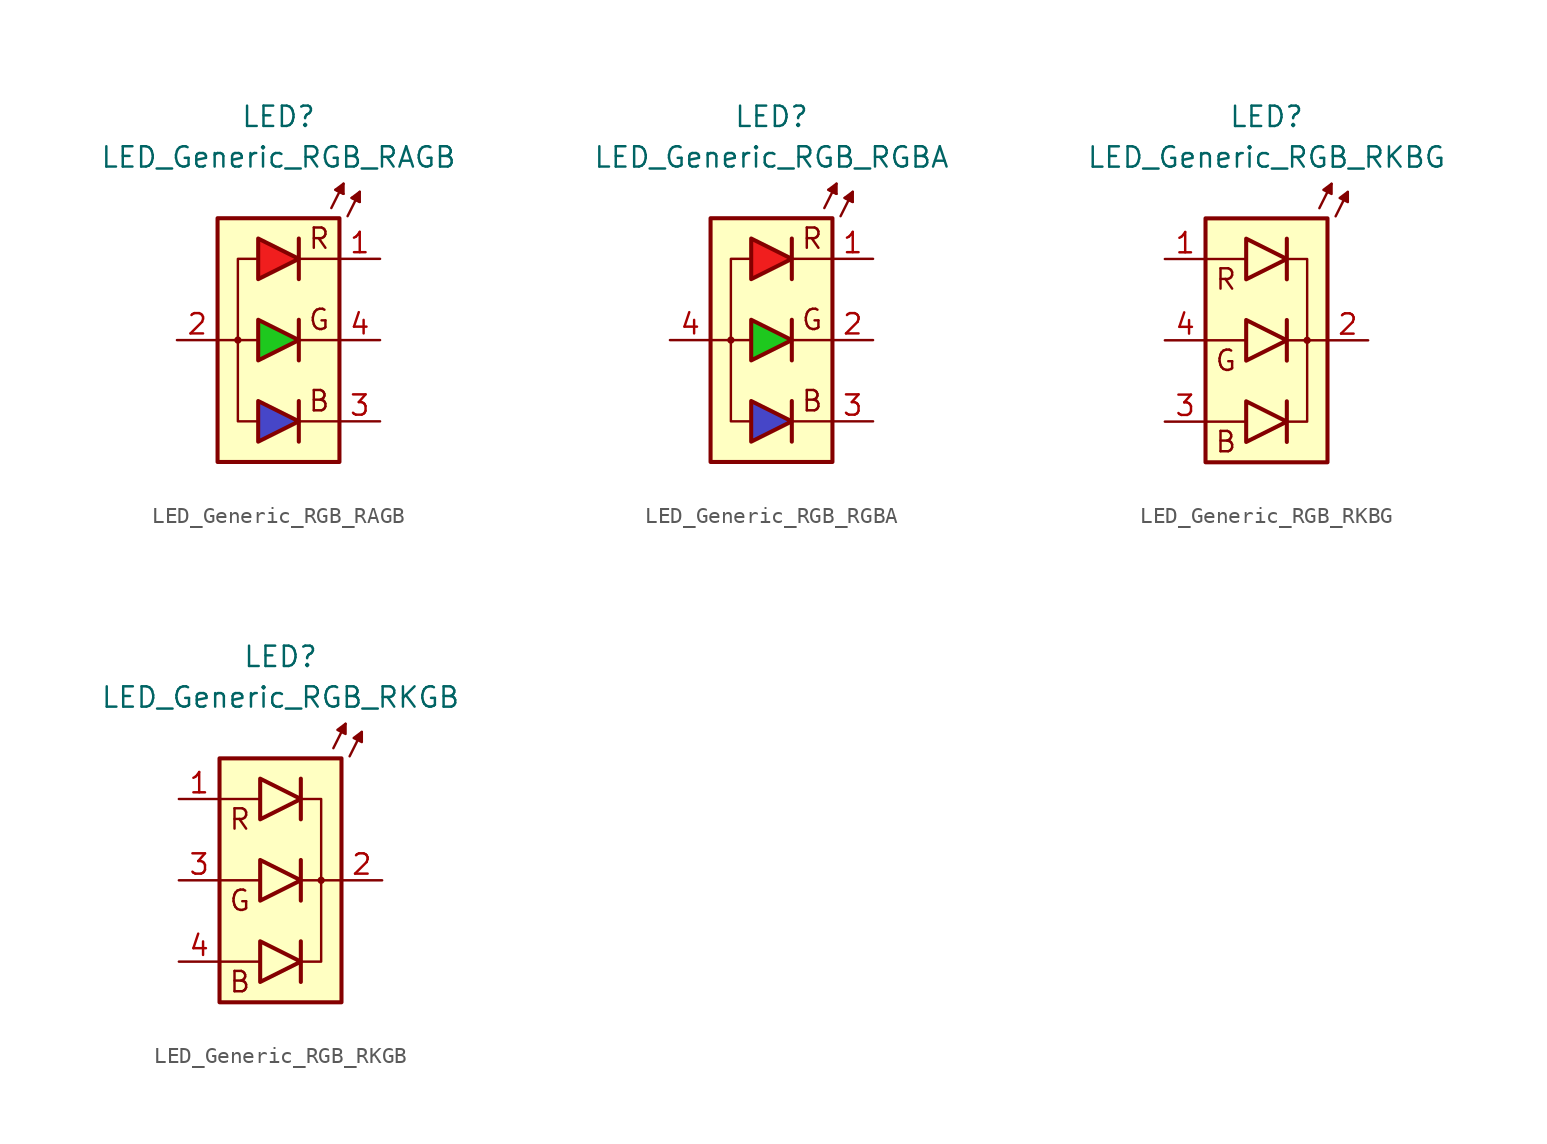
<source format=kicad_sym>
(kicad_symbol_lib
  (version 20231120)
  (generator "kicad_symbol_editor")
  (generator_version "8.0")
  (symbol "LED_Generic_RGB_RAGB"
    (pin_names
      (offset 1.016) hide)
    (property "Reference" "LED"
      (at 0 13.97 0)
      (effects (font (size 1.27 1.27))))
    (property "Value" "LED_Generic_RGB_RAGB"
      (at 0 11.43 0)
      (effects (font (size 1.27 1.27))))
    (symbol "LED_Generic_RGB_RAGB_0_0"
      (polyline (pts (xy -1.397 0) (xy -3.81 0)) (stroke (width 0.152) (type default)) (fill (type none)))
      (polyline (pts (xy 3.81 -5.08) (xy 1.27 -5.08)) (stroke (width 0.152) (type default)) (fill (type none)))
      (polyline (pts (xy 3.81 0) (xy 1.27 0)) (stroke (width 0.152) (type default)) (fill (type none)))
      (polyline (pts (xy 3.81 5.08) (xy 1.27 5.08)) (stroke (width 0.152) (type default)) (fill (type none)))
      (polyline (pts (xy -1.397 5.08) (xy -2.54 5.08) (xy -2.54 -5.08) (xy -1.397 -5.08)) (stroke (width 0.152) (type default)) (fill (type none)))
      (text "B" (at 2.54 -3.81 0) (effects (font (size 1.27 1.27))))
      (text "G" (at 2.54 1.27 0) (effects (font (size 1.27 1.27))))
      (text "R" (at 2.54 6.35 0) (effects (font (size 1.27 1.27)))))
    (symbol "LED_Generic_RGB_RAGB_0_1"
      (rectangle (start -3.81 7.62) (end 3.81 -7.62) (stroke (width 0.254) (type default)) (fill (type background)))
      (circle (center -2.54 0) (radius 0.152) (stroke (width 0.152) (type default)) (fill (type none)))
      (polyline (pts (xy 1.27 -3.81) (xy 1.27 -6.35)) (stroke (width 0.254) (type default)) (fill (type none)))
      (polyline (pts (xy 1.27 1.27) (xy 1.27 -1.27)) (stroke (width 0.254) (type default)) (fill (type none)))
      (polyline (pts (xy 1.27 6.35) (xy 1.27 3.81)) (stroke (width 0.254) (type default)) (fill (type none)))
      (polyline (pts (xy 3.302 8.255) (xy 4.064 9.779)) (stroke (width 0.152) (type default)) (fill (type none)))
      (polyline (pts (xy 3.81 9.271) (xy 3.556 9.398)) (stroke (width 0.152) (type default)) (fill (type none)))
      (polyline (pts (xy 3.81 9.271) (xy 4.064 9.144)) (stroke (width 0.152) (type default)) (fill (type none)))
      (polyline (pts (xy 4.318 7.747) (xy 5.08 9.271)) (stroke (width 0.152) (type default)) (fill (type none)))
      (polyline (pts (xy 4.826 8.763) (xy 4.572 8.89)) (stroke (width 0.152) (type default)) (fill (type none)))
      (polyline (pts (xy 4.826 8.763) (xy 5.08 8.636)) (stroke (width 0.152) (type default)) (fill (type none)))
      (polyline (pts (xy -1.27 -3.81) (xy -1.27 -6.35) (xy 1.27 -5.08) (xy -1.27 -3.81)) (stroke (width 0.254) (type default)) (fill (type color) (color 70 70 200 1)))
      (polyline (pts (xy -1.27 1.27) (xy -1.27 -1.27) (xy 1.27 0) (xy -1.27 1.27)) (stroke (width 0.254) (type default)) (fill (type color) (color 30 200 30 1)))
      (polyline (pts (xy -1.27 6.35) (xy -1.27 3.81) (xy 1.27 5.08) (xy -1.27 6.35)) (stroke (width 0.254) (type default)) (fill (type color) (color 240 30 30 1)))
      (polyline (pts (xy 4.064 9.144) (xy 3.556 9.398) (xy 4.064 9.779) (xy 4.064 9.144)) (stroke (width 0.152) (type default)) (fill (type outline)))
      (polyline (pts (xy 5.08 8.636) (xy 4.572 8.89) (xy 5.08 9.271) (xy 5.08 8.636)) (stroke (width 0.152) (type default)) (fill (type outline))))
    (symbol "LED_Generic_RGB_RAGB_1_1"
      (pin passive line (at 6.35 5.08 180) (length 2.54) (name "R" (effects (font (size 1.27 1.27)))) (number "1" (effects (font (size 1.27 1.27)))))
      (pin passive line (at -6.35 0 0) (length 2.54) (name "A" (effects (font (size 1.27 1.27)))) (number "2" (effects (font (size 1.27 1.27)))))
      (pin passive line (at 6.35 -5.08 180) (length 2.54) (name "B" (effects (font (size 1.27 1.27)))) (number "3" (effects (font (size 1.27 1.27)))))
      (pin passive line (at 6.35 0 180) (length 2.54) (name "G" (effects (font (size 1.27 1.27)))) (number "4" (effects (font (size 1.27 1.27)))))))
  (symbol "LED_Generic_RGB_RGBA"
    (pin_names
      (offset 1.016) hide)
    (property "Reference" "LED"
      (at 0 13.97 0)
      (effects (font (size 1.27 1.27))))
    (property "Value" "LED_Generic_RGB_RGBA"
      (at 0 11.43 0)
      (effects (font (size 1.27 1.27))))
    (symbol "LED_Generic_RGB_RGBA_0_0"
      (polyline (pts (xy -1.397 0) (xy -3.81 0)) (stroke (width 0.152) (type default)) (fill (type none)))
      (polyline (pts (xy 3.81 -5.08) (xy 1.27 -5.08)) (stroke (width 0.152) (type default)) (fill (type none)))
      (polyline (pts (xy 3.81 0) (xy 1.27 0)) (stroke (width 0.152) (type default)) (fill (type none)))
      (polyline (pts (xy 3.81 5.08) (xy 1.27 5.08)) (stroke (width 0.152) (type default)) (fill (type none)))
      (polyline (pts (xy -1.397 5.08) (xy -2.54 5.08) (xy -2.54 -5.08) (xy -1.397 -5.08)) (stroke (width 0.152) (type default)) (fill (type none)))
      (text "B" (at 2.54 -3.81 0) (effects (font (size 1.27 1.27))))
      (text "G" (at 2.54 1.27 0) (effects (font (size 1.27 1.27))))
      (text "R" (at 2.54 6.35 0) (effects (font (size 1.27 1.27)))))
    (symbol "LED_Generic_RGB_RGBA_0_1"
      (rectangle (start -3.81 7.62) (end 3.81 -7.62) (stroke (width 0.254) (type default)) (fill (type background)))
      (circle (center -2.54 0) (radius 0.152) (stroke (width 0.152) (type default)) (fill (type none)))
      (polyline (pts (xy 1.27 -3.81) (xy 1.27 -6.35)) (stroke (width 0.254) (type default)) (fill (type none)))
      (polyline (pts (xy 1.27 1.27) (xy 1.27 -1.27)) (stroke (width 0.254) (type default)) (fill (type none)))
      (polyline (pts (xy 1.27 6.35) (xy 1.27 3.81)) (stroke (width 0.254) (type default)) (fill (type none)))
      (polyline (pts (xy 3.302 8.255) (xy 4.064 9.779)) (stroke (width 0.152) (type default)) (fill (type none)))
      (polyline (pts (xy 3.81 9.271) (xy 3.556 9.398)) (stroke (width 0.152) (type default)) (fill (type none)))
      (polyline (pts (xy 3.81 9.271) (xy 4.064 9.144)) (stroke (width 0.152) (type default)) (fill (type none)))
      (polyline (pts (xy 4.318 7.747) (xy 5.08 9.271)) (stroke (width 0.152) (type default)) (fill (type none)))
      (polyline (pts (xy 4.826 8.763) (xy 4.572 8.89)) (stroke (width 0.152) (type default)) (fill (type none)))
      (polyline (pts (xy 4.826 8.763) (xy 5.08 8.636)) (stroke (width 0.152) (type default)) (fill (type none)))
      (polyline (pts (xy -1.27 -3.81) (xy -1.27 -6.35) (xy 1.27 -5.08) (xy -1.27 -3.81)) (stroke (width 0.254) (type default)) (fill (type color) (color 70 70 200 1)))
      (polyline (pts (xy -1.27 1.27) (xy -1.27 -1.27) (xy 1.27 0) (xy -1.27 1.27)) (stroke (width 0.254) (type default)) (fill (type color) (color 30 200 30 1)))
      (polyline (pts (xy -1.27 6.35) (xy -1.27 3.81) (xy 1.27 5.08) (xy -1.27 6.35)) (stroke (width 0.254) (type default)) (fill (type color) (color 240 30 30 1)))
      (polyline (pts (xy 4.064 9.144) (xy 3.556 9.398) (xy 4.064 9.779) (xy 4.064 9.144)) (stroke (width 0.152) (type default)) (fill (type outline)))
      (polyline (pts (xy 5.08 8.636) (xy 4.572 8.89) (xy 5.08 9.271) (xy 5.08 8.636)) (stroke (width 0.152) (type default)) (fill (type outline))))
    (symbol "LED_Generic_RGB_RGBA_1_1"
      (pin passive line (at 6.35 5.08 180) (length 2.54) (name "R" (effects (font (size 1.27 1.27)))) (number "1" (effects (font (size 1.27 1.27)))))
      (pin passive line (at 6.35 0 180) (length 2.54) (name "G" (effects (font (size 1.27 1.27)))) (number "2" (effects (font (size 1.27 1.27)))))
      (pin passive line (at 6.35 -5.08 180) (length 2.54) (name "B" (effects (font (size 1.27 1.27)))) (number "3" (effects (font (size 1.27 1.27)))))
      (pin passive line (at -6.35 0 0) (length 2.54) (name "A" (effects (font (size 1.27 1.27)))) (number "4" (effects (font (size 1.27 1.27)))))))
  (symbol "LED_Generic_RGB_RKBG"
    (pin_names
      (offset 1.016) hide)
    (property "Reference" "LED"
      (at 0 13.97 0)
      (effects (font (size 1.27 1.27))))
    (property "Value" "LED_Generic_RGB_RKBG"
      (at 0 11.43 0)
      (effects (font (size 1.27 1.27))))
    (symbol "LED_Generic_RGB_RKBG_0_0"
      (polyline (pts (xy -3.81 -5.08) (xy -1.27 -5.08)) (stroke (width 0.152) (type default)) (fill (type none)))
      (polyline (pts (xy -3.81 0) (xy -1.27 0)) (stroke (width 0.152) (type default)) (fill (type none)))
      (polyline (pts (xy -3.81 5.08) (xy -1.27 5.08)) (stroke (width 0.152) (type default)) (fill (type none)))
      (polyline (pts (xy 1.397 0) (xy 3.81 0)) (stroke (width 0.152) (type default)) (fill (type none)))
      (polyline (pts (xy 1.397 -5.08) (xy 2.54 -5.08) (xy 2.54 5.08) (xy 1.397 5.08)) (stroke (width 0.152) (type default)) (fill (type none)))
      (text "B" (at -2.54 -6.35 0) (effects (font (size 1.27 1.27))))
      (text "G" (at -2.54 -1.27 0) (effects (font (size 1.27 1.27))))
      (text "R" (at -2.54 3.81 0) (effects (font (size 1.27 1.27)))))
    (symbol "LED_Generic_RGB_RKBG_0_1"
      (polyline (pts (xy 1.27 -3.81) (xy 1.27 -6.35)) (stroke (width 0.254) (type default)) (fill (type none)))
      (polyline (pts (xy 1.27 1.27) (xy 1.27 -1.27)) (stroke (width 0.254) (type default)) (fill (type none)))
      (polyline (pts (xy 1.27 6.35) (xy 1.27 3.81)) (stroke (width 0.254) (type default)) (fill (type none)))
      (polyline (pts (xy 3.302 8.255) (xy 4.064 9.779)) (stroke (width 0.152) (type default)) (fill (type none)))
      (polyline (pts (xy 4.318 7.747) (xy 5.08 9.271)) (stroke (width 0.152) (type default)) (fill (type none)))
      (polyline (pts (xy -1.27 -3.81) (xy -1.27 -6.35) (xy 1.27 -5.08) (xy -1.27 -3.81)) (stroke (width 0.254) (type default)) (fill (type color) (color 70 70 200 1)))
      (polyline (pts (xy -1.27 1.27) (xy -1.27 -1.27) (xy 1.27 0) (xy -1.27 1.27)) (stroke (width 0.254) (type default)) (fill (type color) (color 30 200 30 1)))
      (polyline (pts (xy -1.27 6.35) (xy -1.27 3.81) (xy 1.27 5.08) (xy -1.27 6.35)) (stroke (width 0.254) (type default)) (fill (type color) (color 240 30 30 1)))
      (polyline (pts (xy 4.064 9.144) (xy 3.556 9.398) (xy 4.064 9.779) (xy 4.064 9.144)) (stroke (width 0.152) (type default)) (fill (type outline)))
      (polyline (pts (xy 5.08 8.636) (xy 4.572 8.89) (xy 5.08 9.271) (xy 5.08 8.636)) (stroke (width 0.152) (type default)) (fill (type outline)))
      (circle (center 2.54 0) (radius 0.152) (stroke (width 0.152) (type default)) (fill (type none)))
      (rectangle (start 3.81 -7.62) (end -3.81 7.62) (stroke (width 0.254) (type default)) (fill (type background))))
    (symbol "LED_Generic_RGB_RKBG_1_1"
      (pin passive line (at -6.35 5.08 0) (length 2.54) (name "R" (effects (font (size 1.27 1.27)))) (number "1" (effects (font (size 1.27 1.27)))))
      (pin passive line (at 6.35 0 180) (length 2.54) (name "A" (effects (font (size 1.27 1.27)))) (number "2" (effects (font (size 1.27 1.27)))))
      (pin passive line (at -6.35 -5.08 0) (length 2.54) (name "B" (effects (font (size 1.27 1.27)))) (number "3" (effects (font (size 1.27 1.27)))))
      (pin passive line (at -6.35 0 0) (length 2.54) (name "G" (effects (font (size 1.27 1.27)))) (number "4" (effects (font (size 1.27 1.27)))))))
  (symbol "LED_Generic_RGB_RKGB"
    (pin_names
      (offset 1.016) hide)
    (property "Reference" "LED"
      (at 0 13.97 0)
      (effects (font (size 1.27 1.27))))
    (property "Value" "LED_Generic_RGB_RKGB"
      (at 0 11.43 0)
      (effects (font (size 1.27 1.27))))
    (symbol "LED_Generic_RGB_RKGB_0_0"
      (polyline (pts (xy -3.81 -5.08) (xy -1.27 -5.08)) (stroke (width 0.152) (type default)) (fill (type none)))
      (polyline (pts (xy -3.81 0) (xy -1.27 0)) (stroke (width 0.152) (type default)) (fill (type none)))
      (polyline (pts (xy -3.81 5.08) (xy -1.27 5.08)) (stroke (width 0.152) (type default)) (fill (type none)))
      (polyline (pts (xy 1.397 0) (xy 3.81 0)) (stroke (width 0.152) (type default)) (fill (type none)))
      (polyline (pts (xy 1.397 -5.08) (xy 2.54 -5.08) (xy 2.54 5.08) (xy 1.397 5.08)) (stroke (width 0.152) (type default)) (fill (type none)))
      (text "B" (at -2.54 -6.35 0) (effects (font (size 1.27 1.27))))
      (text "G" (at -2.54 -1.27 0) (effects (font (size 1.27 1.27))))
      (text "R" (at -2.54 3.81 0) (effects (font (size 1.27 1.27)))))
    (symbol "LED_Generic_RGB_RKGB_0_1"
      (polyline (pts (xy 1.27 -3.81) (xy 1.27 -6.35)) (stroke (width 0.254) (type default)) (fill (type none)))
      (polyline (pts (xy 1.27 1.27) (xy 1.27 -1.27)) (stroke (width 0.254) (type default)) (fill (type none)))
      (polyline (pts (xy 1.27 6.35) (xy 1.27 3.81)) (stroke (width 0.254) (type default)) (fill (type none)))
      (polyline (pts (xy 3.302 8.255) (xy 4.064 9.779)) (stroke (width 0.152) (type default)) (fill (type none)))
      (polyline (pts (xy 4.318 7.747) (xy 5.08 9.271)) (stroke (width 0.152) (type default)) (fill (type none)))
      (polyline (pts (xy -1.27 -3.81) (xy -1.27 -6.35) (xy 1.27 -5.08) (xy -1.27 -3.81)) (stroke (width 0.254) (type default)) (fill (type color) (color 70 70 200 1)))
      (polyline (pts (xy -1.27 1.27) (xy -1.27 -1.27) (xy 1.27 0) (xy -1.27 1.27)) (stroke (width 0.254) (type default)) (fill (type color) (color 30 200 30 1)))
      (polyline (pts (xy -1.27 6.35) (xy -1.27 3.81) (xy 1.27 5.08) (xy -1.27 6.35)) (stroke (width 0.254) (type default)) (fill (type color) (color 240 30 30 1)))
      (polyline (pts (xy 4.064 9.144) (xy 3.556 9.398) (xy 4.064 9.779) (xy 4.064 9.144)) (stroke (width 0.152) (type default)) (fill (type outline)))
      (polyline (pts (xy 5.08 8.636) (xy 4.572 8.89) (xy 5.08 9.271) (xy 5.08 8.636)) (stroke (width 0.152) (type default)) (fill (type outline)))
      (circle (center 2.54 0) (radius 0.152) (stroke (width 0.152) (type default)) (fill (type none)))
      (rectangle (start 3.81 -7.62) (end -3.81 7.62) (stroke (width 0.254) (type default)) (fill (type background))))
    (symbol "LED_Generic_RGB_RKGB_1_1"
      (pin passive line (at -6.35 5.08 0) (length 2.54) (name "R" (effects (font (size 1.27 1.27)))) (number "1" (effects (font (size 1.27 1.27)))))
      (pin passive line (at 6.35 0 180) (length 2.54) (name "A" (effects (font (size 1.27 1.27)))) (number "2" (effects (font (size 1.27 1.27)))))
      (pin passive line (at -6.35 0 0) (length 2.54) (name "G" (effects (font (size 1.27 1.27)))) (number "3" (effects (font (size 1.27 1.27)))))
      (pin passive line (at -6.35 -5.08 0) (length 2.54) (name "B" (effects (font (size 1.27 1.27)))) (number "4" (effects (font (size 1.27 1.27))))))))
</source>
